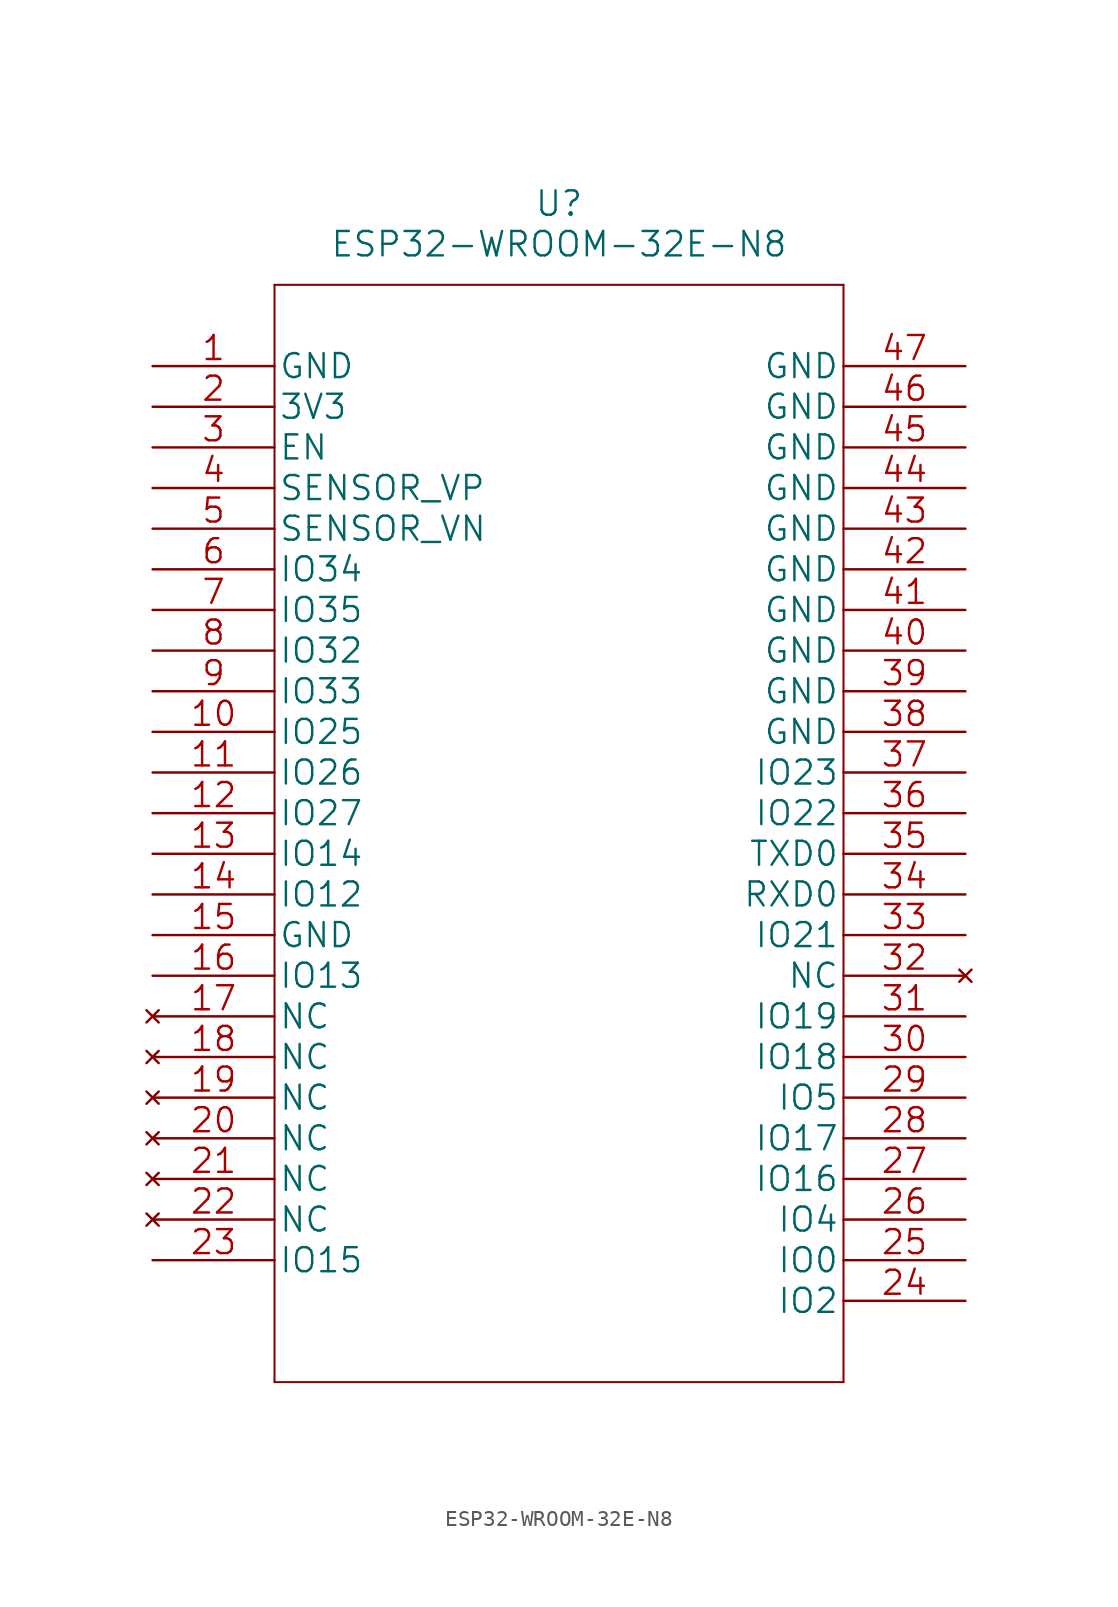
<source format=kicad_sym>
(kicad_symbol_lib
  (version 20211014)
  (generator kicad_symbol_editor)
  (symbol "ESP32-WROOM-32E-N8"
    (pin_names
      (offset 0.254))
    (property "Reference" "U"
      (at 25.4 10.16 0)
      (effects (font (size 1.524 1.524))))
    (property "Value" "ESP32-WROOM-32E-N8"
      (at 25.4 7.62 0)
      (effects (font (size 1.524 1.524))))
    (property "Datasheet" ""
      (at 0 0 0)
      (effects (font (size 1.524 1.524))))
    (property "ki_locked" ""
      (at 0 0 0)
      (effects (font (size 1.27 1.27))))
    (symbol "ESP32-WROOM-32E-N8_1_1"
      (polyline (pts (xy 7.62 -63.5) (xy 43.18 -63.5)) (stroke (width 0.127) (type default) (color 0 0 0 0)) (fill (type none)))
      (polyline (pts (xy 7.62 5.08) (xy 7.62 -63.5)) (stroke (width 0.127) (type default) (color 0 0 0 0)) (fill (type none)))
      (polyline (pts (xy 43.18 -63.5) (xy 43.18 5.08)) (stroke (width 0.127) (type default) (color 0 0 0 0)) (fill (type none)))
      (polyline (pts (xy 43.18 5.08) (xy 7.62 5.08)) (stroke (width 0.127) (type default) (color 0 0 0 0)) (fill (type none)))
      (pin power_in line (at 0 0 0) (length 7.62) (name "GND" (effects (font (size 1.499 1.499)))) (number "1" (effects (font (size 1.499 1.499)))))
      (pin bidirectional line (at 0 -22.86 0) (length 7.62) (name "IO25" (effects (font (size 1.499 1.499)))) (number "10" (effects (font (size 1.499 1.499)))))
      (pin bidirectional line (at 0 -25.4 0) (length 7.62) (name "IO26" (effects (font (size 1.499 1.499)))) (number "11" (effects (font (size 1.499 1.499)))))
      (pin bidirectional line (at 0 -27.94 0) (length 7.62) (name "IO27" (effects (font (size 1.499 1.499)))) (number "12" (effects (font (size 1.499 1.499)))))
      (pin bidirectional line (at 0 -30.48 0) (length 7.62) (name "IO14" (effects (font (size 1.499 1.499)))) (number "13" (effects (font (size 1.499 1.499)))))
      (pin bidirectional line (at 0 -33.02 0) (length 7.62) (name "IO12" (effects (font (size 1.499 1.499)))) (number "14" (effects (font (size 1.499 1.499)))))
      (pin power_in line (at 0 -35.56 0) (length 7.62) (name "GND" (effects (font (size 1.499 1.499)))) (number "15" (effects (font (size 1.499 1.499)))))
      (pin bidirectional line (at 0 -38.1 0) (length 7.62) (name "IO13" (effects (font (size 1.499 1.499)))) (number "16" (effects (font (size 1.499 1.499)))))
      (pin no_connect line (at 0 -40.64 0) (length 7.62) (name "NC" (effects (font (size 1.499 1.499)))) (number "17" (effects (font (size 1.499 1.499)))))
      (pin no_connect line (at 0 -43.18 0) (length 7.62) (name "NC" (effects (font (size 1.499 1.499)))) (number "18" (effects (font (size 1.499 1.499)))))
      (pin no_connect line (at 0 -45.72 0) (length 7.62) (name "NC" (effects (font (size 1.499 1.499)))) (number "19" (effects (font (size 1.499 1.499)))))
      (pin power_in line (at 0 -2.54 0) (length 7.62) (name "3V3" (effects (font (size 1.499 1.499)))) (number "2" (effects (font (size 1.499 1.499)))))
      (pin no_connect line (at 0 -48.26 0) (length 7.62) (name "NC" (effects (font (size 1.499 1.499)))) (number "20" (effects (font (size 1.499 1.499)))))
      (pin no_connect line (at 0 -50.8 0) (length 7.62) (name "NC" (effects (font (size 1.499 1.499)))) (number "21" (effects (font (size 1.499 1.499)))))
      (pin no_connect line (at 0 -53.34 0) (length 7.62) (name "NC" (effects (font (size 1.499 1.499)))) (number "22" (effects (font (size 1.499 1.499)))))
      (pin bidirectional line (at 0 -55.88 0) (length 7.62) (name "IO15" (effects (font (size 1.499 1.499)))) (number "23" (effects (font (size 1.499 1.499)))))
      (pin bidirectional line (at 50.8 -58.42 180) (length 7.62) (name "IO2" (effects (font (size 1.499 1.499)))) (number "24" (effects (font (size 1.499 1.499)))))
      (pin bidirectional line (at 50.8 -55.88 180) (length 7.62) (name "IO0" (effects (font (size 1.499 1.499)))) (number "25" (effects (font (size 1.499 1.499)))))
      (pin bidirectional line (at 50.8 -53.34 180) (length 7.62) (name "IO4" (effects (font (size 1.499 1.499)))) (number "26" (effects (font (size 1.499 1.499)))))
      (pin bidirectional line (at 50.8 -50.8 180) (length 7.62) (name "IO16" (effects (font (size 1.499 1.499)))) (number "27" (effects (font (size 1.499 1.499)))))
      (pin bidirectional line (at 50.8 -48.26 180) (length 7.62) (name "IO17" (effects (font (size 1.499 1.499)))) (number "28" (effects (font (size 1.499 1.499)))))
      (pin bidirectional line (at 50.8 -45.72 180) (length 7.62) (name "IO5" (effects (font (size 1.499 1.499)))) (number "29" (effects (font (size 1.499 1.499)))))
      (pin input line (at 0 -5.08 0) (length 7.62) (name "EN" (effects (font (size 1.499 1.499)))) (number "3" (effects (font (size 1.499 1.499)))))
      (pin bidirectional line (at 50.8 -43.18 180) (length 7.62) (name "IO18" (effects (font (size 1.499 1.499)))) (number "30" (effects (font (size 1.499 1.499)))))
      (pin bidirectional line (at 50.8 -40.64 180) (length 7.62) (name "IO19" (effects (font (size 1.499 1.499)))) (number "31" (effects (font (size 1.499 1.499)))))
      (pin no_connect line (at 50.8 -38.1 180) (length 7.62) (name "NC" (effects (font (size 1.499 1.499)))) (number "32" (effects (font (size 1.499 1.499)))))
      (pin bidirectional line (at 50.8 -35.56 180) (length 7.62) (name "IO21" (effects (font (size 1.499 1.499)))) (number "33" (effects (font (size 1.499 1.499)))))
      (pin bidirectional line (at 50.8 -33.02 180) (length 7.62) (name "RXD0" (effects (font (size 1.499 1.499)))) (number "34" (effects (font (size 1.499 1.499)))))
      (pin bidirectional line (at 50.8 -30.48 180) (length 7.62) (name "TXD0" (effects (font (size 1.499 1.499)))) (number "35" (effects (font (size 1.499 1.499)))))
      (pin bidirectional line (at 50.8 -27.94 180) (length 7.62) (name "IO22" (effects (font (size 1.499 1.499)))) (number "36" (effects (font (size 1.499 1.499)))))
      (pin bidirectional line (at 50.8 -25.4 180) (length 7.62) (name "IO23" (effects (font (size 1.499 1.499)))) (number "37" (effects (font (size 1.499 1.499)))))
      (pin power_in line (at 50.8 -22.86 180) (length 7.62) (name "GND" (effects (font (size 1.499 1.499)))) (number "38" (effects (font (size 1.499 1.499)))))
      (pin power_in line (at 50.8 -20.32 180) (length 7.62) (name "GND" (effects (font (size 1.499 1.499)))) (number "39" (effects (font (size 1.499 1.499)))))
      (pin input line (at 0 -7.62 0) (length 7.62) (name "SENSOR_VP" (effects (font (size 1.499 1.499)))) (number "4" (effects (font (size 1.499 1.499)))))
      (pin power_in line (at 50.8 -17.78 180) (length 7.62) (name "GND" (effects (font (size 1.499 1.499)))) (number "40" (effects (font (size 1.499 1.499)))))
      (pin power_in line (at 50.8 -15.24 180) (length 7.62) (name "GND" (effects (font (size 1.499 1.499)))) (number "41" (effects (font (size 1.499 1.499)))))
      (pin power_in line (at 50.8 -12.7 180) (length 7.62) (name "GND" (effects (font (size 1.499 1.499)))) (number "42" (effects (font (size 1.499 1.499)))))
      (pin power_in line (at 50.8 -10.16 180) (length 7.62) (name "GND" (effects (font (size 1.499 1.499)))) (number "43" (effects (font (size 1.499 1.499)))))
      (pin power_in line (at 50.8 -7.62 180) (length 7.62) (name "GND" (effects (font (size 1.499 1.499)))) (number "44" (effects (font (size 1.499 1.499)))))
      (pin power_in line (at 50.8 -5.08 180) (length 7.62) (name "GND" (effects (font (size 1.499 1.499)))) (number "45" (effects (font (size 1.499 1.499)))))
      (pin power_in line (at 50.8 -2.54 180) (length 7.62) (name "GND" (effects (font (size 1.499 1.499)))) (number "46" (effects (font (size 1.499 1.499)))))
      (pin power_in line (at 50.8 0 180) (length 7.62) (name "GND" (effects (font (size 1.499 1.499)))) (number "47" (effects (font (size 1.499 1.499)))))
      (pin input line (at 0 -10.16 0) (length 7.62) (name "SENSOR_VN" (effects (font (size 1.499 1.499)))) (number "5" (effects (font (size 1.499 1.499)))))
      (pin input line (at 0 -12.7 0) (length 7.62) (name "IO34" (effects (font (size 1.499 1.499)))) (number "6" (effects (font (size 1.499 1.499)))))
      (pin input line (at 0 -15.24 0) (length 7.62) (name "IO35" (effects (font (size 1.499 1.499)))) (number "7" (effects (font (size 1.499 1.499)))))
      (pin bidirectional line (at 0 -17.78 0) (length 7.62) (name "IO32" (effects (font (size 1.499 1.499)))) (number "8" (effects (font (size 1.499 1.499)))))
      (pin bidirectional line (at 0 -20.32 0) (length 7.62) (name "IO33" (effects (font (size 1.499 1.499)))) (number "9" (effects (font (size 1.499 1.499))))))))
</source>
